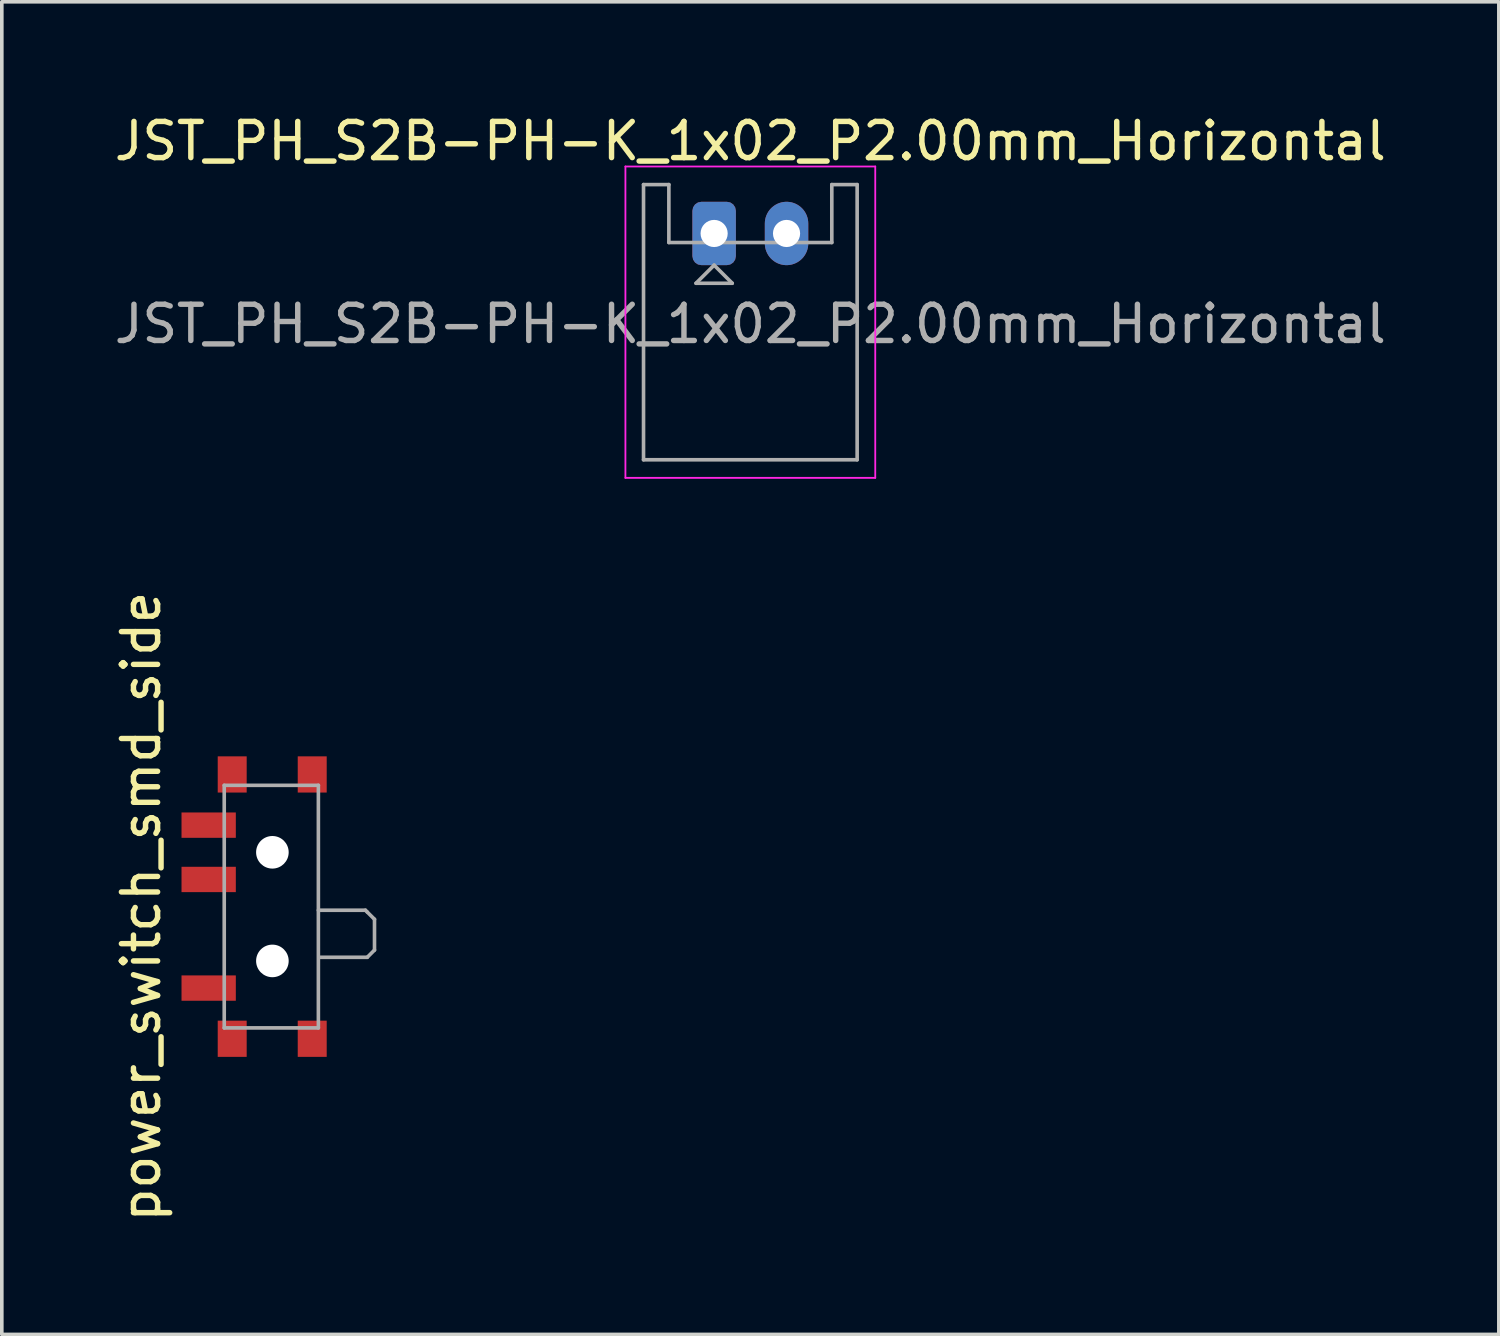
<source format=kicad_pcb>
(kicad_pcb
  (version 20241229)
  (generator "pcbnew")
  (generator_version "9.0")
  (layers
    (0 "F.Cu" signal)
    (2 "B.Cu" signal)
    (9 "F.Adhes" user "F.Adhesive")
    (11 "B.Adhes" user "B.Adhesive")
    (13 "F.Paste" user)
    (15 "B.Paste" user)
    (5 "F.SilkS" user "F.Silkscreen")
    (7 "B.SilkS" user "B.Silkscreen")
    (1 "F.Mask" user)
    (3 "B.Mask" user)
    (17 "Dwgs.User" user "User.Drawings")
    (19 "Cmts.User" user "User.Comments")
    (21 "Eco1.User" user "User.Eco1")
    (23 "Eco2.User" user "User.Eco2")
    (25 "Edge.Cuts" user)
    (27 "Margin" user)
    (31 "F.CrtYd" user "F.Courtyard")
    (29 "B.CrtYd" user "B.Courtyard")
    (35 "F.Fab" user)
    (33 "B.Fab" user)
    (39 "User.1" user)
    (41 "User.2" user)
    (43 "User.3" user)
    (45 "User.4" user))
  (footprint "JST_PH_S2B-PH-K_1x02_P2.00mm_Horizontal"
    (layer "F.Cu")
    (at 16.673 3.398)
    (property "Reference" "JST_PH_S2B-PH-K_1x02_P2.00mm_Horizontal" (at 1 -2.55 0) (layer "F.SilkS") (effects (font (size 1 1) (thickness 0.15))))
    (attr through_hole)
    (fp_line (start -2.45 -1.85) (end -2.45 6.75) (stroke (width 0.05) (type solid)) (layer "F.CrtYd"))
    (fp_line (start -2.45 6.75) (end 4.45 6.75) (stroke (width 0.05) (type solid)) (layer "F.CrtYd"))
    (fp_line (start 4.45 -1.85) (end -2.45 -1.85) (stroke (width 0.05) (type solid)) (layer "F.CrtYd"))
    (fp_line (start 4.45 6.75) (end 4.45 -1.85) (stroke (width 0.05) (type solid)) (layer "F.CrtYd"))
    (fp_line (start -1.95 -1.35) (end -1.95 6.25) (stroke (width 0.1) (type solid)) (layer "F.Fab"))
    (fp_line (start -1.95 6.25) (end 3.95 6.25) (stroke (width 0.1) (type solid)) (layer "F.Fab"))
    (fp_line (start -1.25 -1.35) (end -1.95 -1.35) (stroke (width 0.1) (type solid)) (layer "F.Fab"))
    (fp_line (start -1.25 0.25) (end -1.25 -1.35) (stroke (width 0.1) (type solid)) (layer "F.Fab"))
    (fp_line (start -0.5 1.375) (end 0.5 1.375) (stroke (width 0.1) (type solid)) (layer "F.Fab"))
    (fp_line (start 0 0.875) (end -0.5 1.375) (stroke (width 0.1) (type solid)) (layer "F.Fab"))
    (fp_line (start 0.5 1.375) (end 0 0.875) (stroke (width 0.1) (type solid)) (layer "F.Fab"))
    (fp_line (start 3.25 -1.35) (end 3.25 0.25) (stroke (width 0.1) (type solid)) (layer "F.Fab"))
    (fp_line (start 3.25 0.25) (end -1.25 0.25) (stroke (width 0.1) (type solid)) (layer "F.Fab"))
    (fp_line (start 3.95 -1.35) (end 3.25 -1.35) (stroke (width 0.1) (type solid)) (layer "F.Fab"))
    (fp_line (start 3.95 6.25) (end 3.95 -1.35) (stroke (width 0.1) (type solid)) (layer "F.Fab"))
    (fp_text user "${REFERENCE}" (at 1 2.5 0) (layer "F.Fab") (effects (font (size 1 1) (thickness 0.15))))
    (pad "1" thru_hole roundrect (at 0 0) (size 1.2 1.75) (drill 0.75) (layers "*.Cu" "*.Mask") (roundrect_rratio 0.208))
    (pad "2" thru_hole oval (at 2 0) (size 1.2 1.75) (drill 0.75) (layers "*.Cu" "*.Mask")))
  (footprint "power_switch_smd_side"
    (layer "F.Cu")
    (at 4.448 21.989)
    (property "Reference" "power_switch_smd_side" (at -3.6 0 270) (layer "F.SilkS") (effects (font (size 1 1) (thickness 0.15))))
    (attr smd)
    (fp_line (start -1.305 -3.35) (end -1.305 3.35) (stroke (width 0.1) (type solid)) (layer "F.Fab"))
    (fp_line (start -1.305 3.35) (end 1.295 3.35) (stroke (width 0.1) (type solid)) (layer "F.Fab"))
    (fp_line (start 1.295 -3.35) (end -1.305 -3.35) (stroke (width 0.1) (type solid)) (layer "F.Fab"))
    (fp_line (start 1.295 3.35) (end 1.295 -3.35) (stroke (width 0.1) (type solid)) (layer "F.Fab"))
    (fp_line (start 1.345 1.4) (end 2.645 1.4) (stroke (width 0.1) (type solid)) (layer "F.Fab"))
    (fp_line (start 2.595 0.1) (end 1.295 0.1) (stroke (width 0.1) (type solid)) (layer "F.Fab"))
    (fp_line (start 2.645 0.15) (end 2.595 0.1) (stroke (width 0.1) (type solid)) (layer "F.Fab"))
    (fp_line (start 2.645 1.4) (end 2.845 1.2) (stroke (width 0.1) (type solid)) (layer "F.Fab"))
    (fp_line (start 2.845 0.35) (end 2.645 0.15) (stroke (width 0.1) (type solid)) (layer "F.Fab"))
    (fp_line (start 2.845 1.2) (end 2.845 0.35) (stroke (width 0.1) (type solid)) (layer "F.Fab"))
    (pad "" smd rect (at -1.085 -3.65 90) (size 1 0.8) (layers "F.Cu" "F.Mask" "F.Paste"))
    (pad "" smd rect (at -1.085 3.65 90) (size 1 0.8) (layers "F.Cu" "F.Mask" "F.Paste"))
    (pad "" np_thru_hole circle (at 0.025 -1.5 90) (size 0.9 0.9) (drill 0.9) (layers "*.Cu" "*.Mask"))
    (pad "" np_thru_hole circle (at 0.025 1.5 90) (size 0.9 0.9) (drill 0.9) (layers "*.Cu" "*.Mask"))
    (pad "" smd rect (at 1.125 -3.65 90) (size 1 0.8) (layers "F.Cu" "F.Mask" "F.Paste"))
    (pad "" smd rect (at 1.125 3.65 90) (size 1 0.8) (layers "F.Cu" "F.Mask" "F.Paste"))
    (pad "1" smd rect (at -1.735 2.25 90) (size 0.7 1.5) (layers "F.Cu" "F.Mask" "F.Paste"))
    (pad "2" smd rect (at -1.735 -0.75 90) (size 0.7 1.5) (layers "F.Cu" "F.Mask" "F.Paste"))
    (pad "3" smd rect (at -1.735 -2.25 90) (size 0.7 1.5) (layers "F.Cu" "F.Mask" "F.Paste")))
  (gr_rect
    (start -3 -3)
    (end 38.345 33.804)
    (stroke (width 0.1) (type default))
    (fill no)
    (layer "Edge.Cuts")))
</source>
